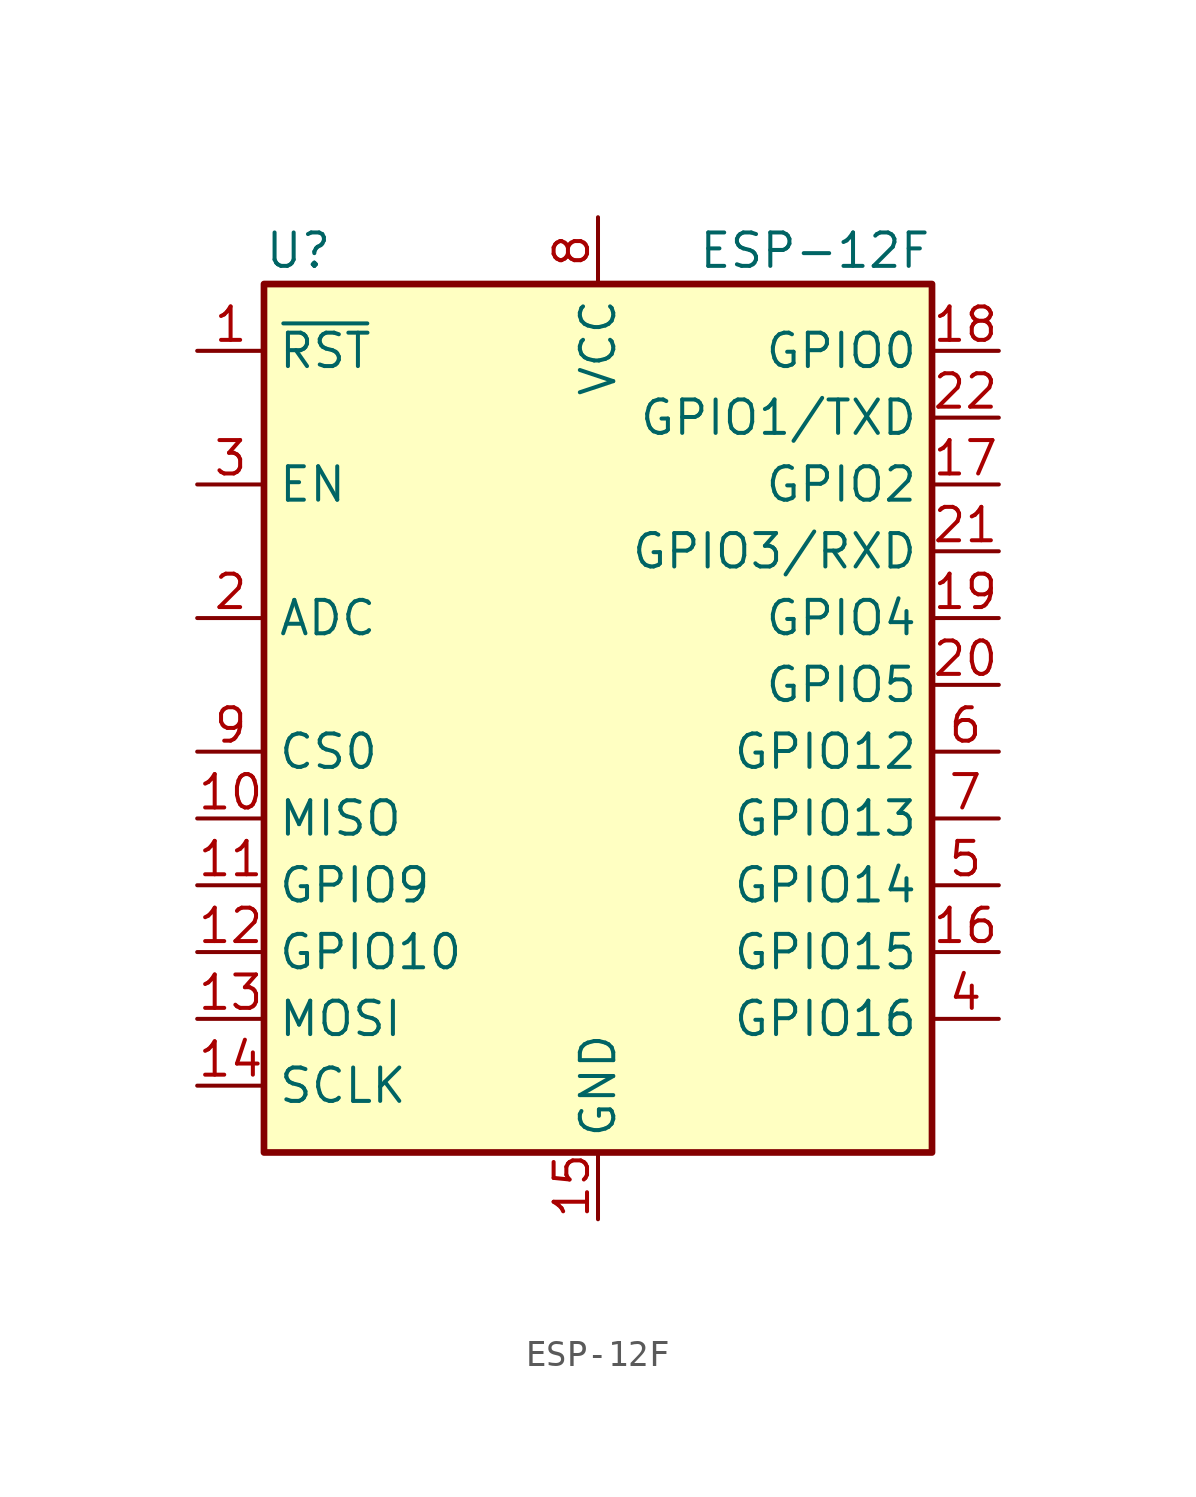
<source format=kicad_sym>
(kicad_symbol_lib
  (version 20220914)
  (generator kicad_symbol_editor)
  (symbol "ESP-12F"
    (property "Reference" "U"
      (at -12.7 19.05 0)
      (effects (font (size 1.27 1.27)) (justify left)))
    (property "Value" "ESP-12F"
      (at 12.7 19.05 0)
      (effects (font (size 1.27 1.27)) (justify right)))
    (symbol "ESP-12F_0_1"
      (rectangle (start -12.7 17.78) (end 12.7 -15.24) (stroke (width 0.254) (type default)) (fill (type background))))
    (symbol "ESP-12F_1_1"
      (pin input line (at -15.24 15.24 0) (length 2.54) (name "~{RST}" (effects (font (size 1.27 1.27)))) (number "1" (effects (font (size 1.27 1.27)))))
      (pin bidirectional line (at -15.24 -2.54 0) (length 2.54) (name "MISO" (effects (font (size 1.27 1.27)))) (number "10" (effects (font (size 1.27 1.27)))))
      (pin bidirectional line (at -15.24 -5.08 0) (length 2.54) (name "GPIO9" (effects (font (size 1.27 1.27)))) (number "11" (effects (font (size 1.27 1.27)))))
      (pin bidirectional line (at -15.24 -7.62 0) (length 2.54) (name "GPIO10" (effects (font (size 1.27 1.27)))) (number "12" (effects (font (size 1.27 1.27)))))
      (pin bidirectional line (at -15.24 -10.16 0) (length 2.54) (name "MOSI" (effects (font (size 1.27 1.27)))) (number "13" (effects (font (size 1.27 1.27)))))
      (pin bidirectional line (at -15.24 -12.7 0) (length 2.54) (name "SCLK" (effects (font (size 1.27 1.27)))) (number "14" (effects (font (size 1.27 1.27)))))
      (pin power_in line (at 0 -17.78 90) (length 2.54) (name "GND" (effects (font (size 1.27 1.27)))) (number "15" (effects (font (size 1.27 1.27)))))
      (pin bidirectional line (at 15.24 -7.62 180) (length 2.54) (name "GPIO15" (effects (font (size 1.27 1.27)))) (number "16" (effects (font (size 1.27 1.27)))))
      (pin bidirectional line (at 15.24 10.16 180) (length 2.54) (name "GPIO2" (effects (font (size 1.27 1.27)))) (number "17" (effects (font (size 1.27 1.27)))))
      (pin bidirectional line (at 15.24 15.24 180) (length 2.54) (name "GPIO0" (effects (font (size 1.27 1.27)))) (number "18" (effects (font (size 1.27 1.27)))))
      (pin bidirectional line (at 15.24 5.08 180) (length 2.54) (name "GPIO4" (effects (font (size 1.27 1.27)))) (number "19" (effects (font (size 1.27 1.27)))))
      (pin input line (at -15.24 5.08 0) (length 2.54) (name "ADC" (effects (font (size 1.27 1.27)))) (number "2" (effects (font (size 1.27 1.27)))))
      (pin bidirectional line (at 15.24 2.54 180) (length 2.54) (name "GPIO5" (effects (font (size 1.27 1.27)))) (number "20" (effects (font (size 1.27 1.27)))))
      (pin bidirectional line (at 15.24 7.62 180) (length 2.54) (name "GPIO3/RXD" (effects (font (size 1.27 1.27)))) (number "21" (effects (font (size 1.27 1.27)))))
      (pin bidirectional line (at 15.24 12.7 180) (length 2.54) (name "GPIO1/TXD" (effects (font (size 1.27 1.27)))) (number "22" (effects (font (size 1.27 1.27)))))
      (pin input line (at -15.24 10.16 0) (length 2.54) (name "EN" (effects (font (size 1.27 1.27)))) (number "3" (effects (font (size 1.27 1.27)))))
      (pin bidirectional line (at 15.24 -10.16 180) (length 2.54) (name "GPIO16" (effects (font (size 1.27 1.27)))) (number "4" (effects (font (size 1.27 1.27)))))
      (pin bidirectional line (at 15.24 -5.08 180) (length 2.54) (name "GPIO14" (effects (font (size 1.27 1.27)))) (number "5" (effects (font (size 1.27 1.27)))))
      (pin bidirectional line (at 15.24 0 180) (length 2.54) (name "GPIO12" (effects (font (size 1.27 1.27)))) (number "6" (effects (font (size 1.27 1.27)))))
      (pin bidirectional line (at 15.24 -2.54 180) (length 2.54) (name "GPIO13" (effects (font (size 1.27 1.27)))) (number "7" (effects (font (size 1.27 1.27)))))
      (pin power_in line (at 0 20.32 270) (length 2.54) (name "VCC" (effects (font (size 1.27 1.27)))) (number "8" (effects (font (size 1.27 1.27)))))
      (pin input line (at -15.24 0 0) (length 2.54) (name "CS0" (effects (font (size 1.27 1.27)))) (number "9" (effects (font (size 1.27 1.27))))))))
</source>
